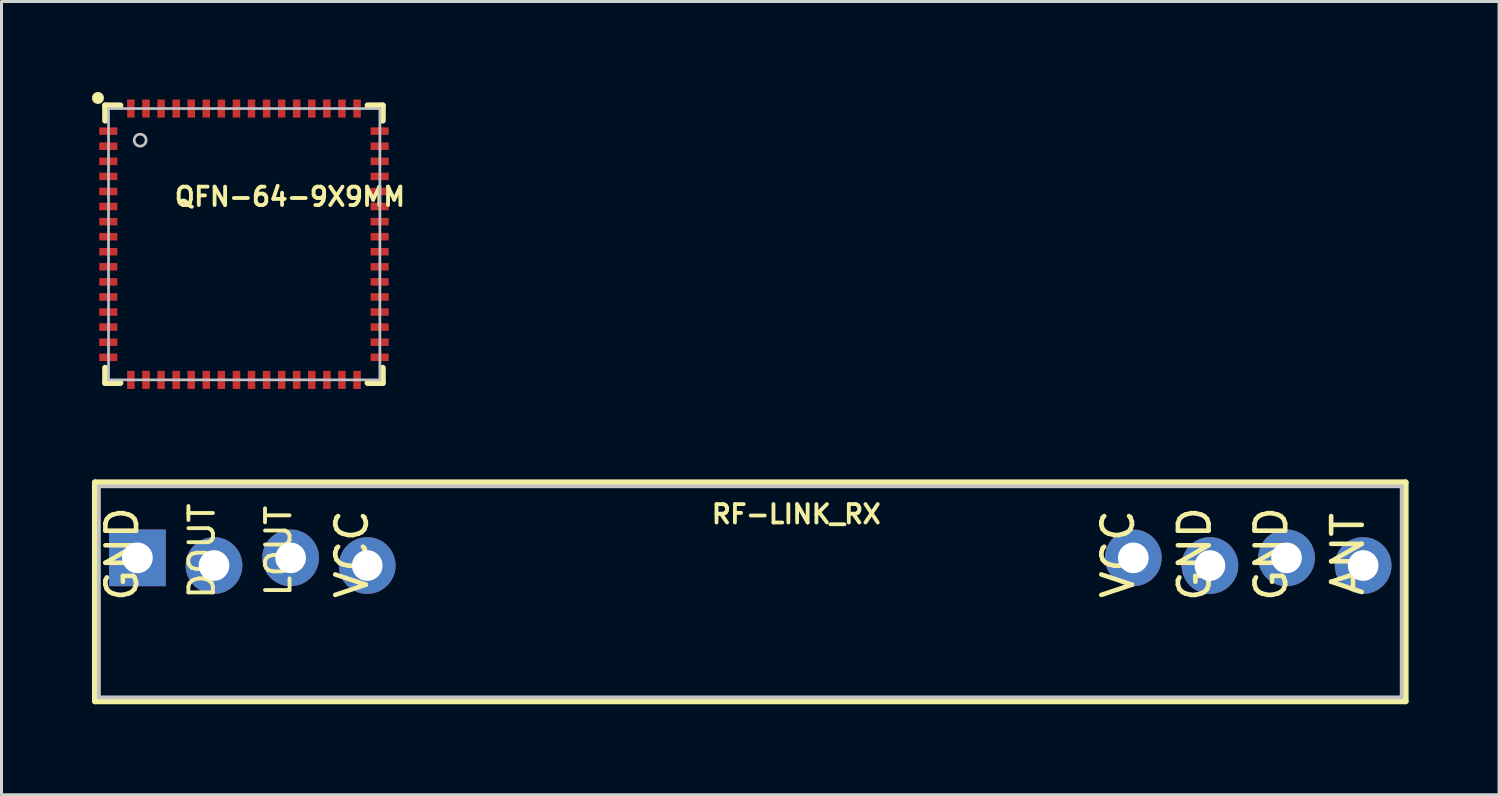
<source format=kicad_pcb>
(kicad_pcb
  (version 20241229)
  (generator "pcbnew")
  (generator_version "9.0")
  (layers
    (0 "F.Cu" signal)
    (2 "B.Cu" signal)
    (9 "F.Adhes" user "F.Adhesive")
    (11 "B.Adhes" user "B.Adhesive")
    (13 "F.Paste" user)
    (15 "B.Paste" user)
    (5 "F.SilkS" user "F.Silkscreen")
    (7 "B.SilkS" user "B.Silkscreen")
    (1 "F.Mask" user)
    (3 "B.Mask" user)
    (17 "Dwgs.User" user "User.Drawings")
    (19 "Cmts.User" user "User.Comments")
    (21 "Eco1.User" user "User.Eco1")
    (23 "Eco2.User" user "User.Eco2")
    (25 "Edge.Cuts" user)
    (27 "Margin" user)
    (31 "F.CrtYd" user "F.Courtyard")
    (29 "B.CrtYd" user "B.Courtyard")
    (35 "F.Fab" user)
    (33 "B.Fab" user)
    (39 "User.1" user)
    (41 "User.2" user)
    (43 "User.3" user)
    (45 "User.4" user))
  (footprint "RF-LINK_RX"
    (layer "F.Cu")
    (at 21.826 15.573)
    (property "Reference" "RF-LINK_RX" (at 1.524 -1.575 0) (layer "F.SilkS") (effects (font (size 0.61 0.61) (thickness 0.127))))
    (attr exclude_from_pos_files exclude_from_bom)
    (fp_line (start -21.725 -2.626) (end -21.725 4.625) (stroke (width 0.203) (type solid)) (layer "F.SilkS"))
    (fp_line (start -21.725 4.625) (end 21.725 4.625) (stroke (width 0.203) (type solid)) (layer "F.SilkS"))
    (fp_line (start 21.725 -2.626) (end -21.725 -2.626) (stroke (width 0.203) (type solid)) (layer "F.SilkS"))
    (fp_line (start 21.725 4.625) (end 21.725 -2.626) (stroke (width 0.203) (type solid)) (layer "F.SilkS"))
    (fp_line (start -21.598 -2.499) (end -21.598 4.498) (stroke (width 0.127) (type solid)) (layer "Dwgs.User"))
    (fp_line (start -21.598 4.498) (end 21.598 4.498) (stroke (width 0.127) (type solid)) (layer "Dwgs.User"))
    (fp_line (start -20.574 -0.254) (end -20.066 -0.254) (stroke (width 0.066) (type solid)) (layer "Dwgs.User"))
    (fp_line (start -20.574 0.254) (end -20.574 -0.254) (stroke (width 0.066) (type solid)) (layer "Dwgs.User"))
    (fp_line (start -20.574 0.254) (end -20.066 0.254) (stroke (width 0.066) (type solid)) (layer "Dwgs.User"))
    (fp_line (start -20.066 0.254) (end -20.066 -0.254) (stroke (width 0.066) (type solid)) (layer "Dwgs.User"))
    (fp_line (start -18.034 -0.254) (end -17.523 -0.254) (stroke (width 0.066) (type solid)) (layer "Dwgs.User"))
    (fp_line (start -18.034 0.254) (end -18.034 -0.254) (stroke (width 0.066) (type solid)) (layer "Dwgs.User"))
    (fp_line (start -18.034 0.254) (end -17.523 0.254) (stroke (width 0.066) (type solid)) (layer "Dwgs.User"))
    (fp_line (start -17.523 0.254) (end -17.523 -0.254) (stroke (width 0.066) (type solid)) (layer "Dwgs.User"))
    (fp_line (start -15.494 -0.254) (end -14.986 -0.254) (stroke (width 0.066) (type solid)) (layer "Dwgs.User"))
    (fp_line (start -15.494 0.254) (end -15.494 -0.254) (stroke (width 0.066) (type solid)) (layer "Dwgs.User"))
    (fp_line (start -15.494 0.254) (end -14.986 0.254) (stroke (width 0.066) (type solid)) (layer "Dwgs.User"))
    (fp_line (start -14.986 0.254) (end -14.986 -0.254) (stroke (width 0.066) (type solid)) (layer "Dwgs.User"))
    (fp_line (start -12.954 -0.254) (end -12.446 -0.254) (stroke (width 0.066) (type solid)) (layer "Dwgs.User"))
    (fp_line (start -12.954 0.254) (end -12.954 -0.254) (stroke (width 0.066) (type solid)) (layer "Dwgs.User"))
    (fp_line (start -12.954 0.254) (end -12.446 0.254) (stroke (width 0.066) (type solid)) (layer "Dwgs.User"))
    (fp_line (start -12.446 0.254) (end -12.446 -0.254) (stroke (width 0.066) (type solid)) (layer "Dwgs.User"))
    (fp_line (start 12.446 -0.254) (end 12.954 -0.254) (stroke (width 0.066) (type solid)) (layer "Dwgs.User"))
    (fp_line (start 12.446 0.254) (end 12.446 -0.254) (stroke (width 0.066) (type solid)) (layer "Dwgs.User"))
    (fp_line (start 12.446 0.254) (end 12.954 0.254) (stroke (width 0.066) (type solid)) (layer "Dwgs.User"))
    (fp_line (start 12.954 0.254) (end 12.954 -0.254) (stroke (width 0.066) (type solid)) (layer "Dwgs.User"))
    (fp_line (start 14.986 -0.254) (end 15.494 -0.254) (stroke (width 0.066) (type solid)) (layer "Dwgs.User"))
    (fp_line (start 14.986 0.254) (end 14.986 -0.254) (stroke (width 0.066) (type solid)) (layer "Dwgs.User"))
    (fp_line (start 14.986 0.254) (end 15.494 0.254) (stroke (width 0.066) (type solid)) (layer "Dwgs.User"))
    (fp_line (start 15.494 0.254) (end 15.494 -0.254) (stroke (width 0.066) (type solid)) (layer "Dwgs.User"))
    (fp_line (start 17.523 -0.254) (end 18.034 -0.254) (stroke (width 0.066) (type solid)) (layer "Dwgs.User"))
    (fp_line (start 17.523 0.254) (end 17.523 -0.254) (stroke (width 0.066) (type solid)) (layer "Dwgs.User"))
    (fp_line (start 17.523 0.254) (end 18.034 0.254) (stroke (width 0.066) (type solid)) (layer "Dwgs.User"))
    (fp_line (start 18.034 0.254) (end 18.034 -0.254) (stroke (width 0.066) (type solid)) (layer "Dwgs.User"))
    (fp_line (start 20.066 -0.254) (end 20.574 -0.254) (stroke (width 0.066) (type solid)) (layer "Dwgs.User"))
    (fp_line (start 20.066 0.254) (end 20.066 -0.254) (stroke (width 0.066) (type solid)) (layer "Dwgs.User"))
    (fp_line (start 20.066 0.254) (end 20.574 0.254) (stroke (width 0.066) (type solid)) (layer "Dwgs.User"))
    (fp_line (start 20.574 0.254) (end 20.574 -0.254) (stroke (width 0.066) (type solid)) (layer "Dwgs.User"))
    (fp_line (start 21.598 -2.499) (end -21.598 -2.499) (stroke (width 0.127) (type solid)) (layer "Dwgs.User"))
    (fp_line (start 21.598 4.498) (end 21.598 -2.499) (stroke (width 0.127) (type solid)) (layer "Dwgs.User"))
    (fp_text user "VCC" (at 12.192 -0.254 90) (layer "F.SilkS") (effects (font (size 1.016 1.016) (thickness 0.152))))
    (fp_text user "LOUT" (at -15.646 -0.356 90) (layer "F.SilkS") (effects (font (size 0.813 0.813) (thickness 0.127))))
    (fp_text user "GND" (at 17.272 -0.254 90) (layer "F.SilkS") (effects (font (size 1.016 1.016) (thickness 0.152))))
    (fp_text user "GND" (at -20.828 -0.254 90) (layer "F.SilkS") (effects (font (size 1.016 1.016) (thickness 0.152))))
    (fp_text user "DOUT" (at -18.186 -0.356 90) (layer "F.SilkS") (effects (font (size 0.813 0.813) (thickness 0.127))))
    (fp_text user "ANT" (at 19.812 -0.254 90) (layer "F.SilkS") (effects (font (size 1.016 1.016) (thickness 0.152))))
    (fp_text user "GND" (at 14.732 -0.254 90) (layer "F.SilkS") (effects (font (size 1.016 1.016) (thickness 0.152))))
    (fp_text user "VCC" (at -13.208 -0.254 90) (layer "F.SilkS") (effects (font (size 1.016 1.016) (thickness 0.152))))
    (pad "+5V@" thru_hole circle (at -12.7 0.127) (size 1.88 1.88) (drill 1.016) (layers "*.Cu" "*.Paste" "*.Mask"))
    (pad "+5V@" thru_hole circle (at 12.7 -0.127) (size 1.88 1.88) (drill 1.016) (layers "*.Cu" "*.Paste" "*.Mask"))
    (pad "ANT" thru_hole circle (at 20.32 0.127) (size 1.88 1.88) (drill 1.016) (layers "*.Cu" "*.Paste" "*.Mask"))
    (pad "DATA" thru_hole circle (at -17.78 0.127) (size 1.88 1.88) (drill 1.016) (layers "*.Cu" "*.Paste" "*.Mask"))
    (pad "DATA" thru_hole circle (at -15.24 -0.127) (size 1.88 1.88) (drill 1.016) (layers "*.Cu" "*.Paste" "*.Mask"))
    (pad "GND@" thru_hole rect (at -20.32 -0.127) (size 1.88 1.88) (drill 1.016) (layers "*.Cu" "*.Paste" "*.Mask"))
    (pad "GND@" thru_hole circle (at 15.24 0.127) (size 1.88 1.88) (drill 1.016) (layers "*.Cu" "*.Paste" "*.Mask"))
    (pad "GND@" thru_hole circle (at 17.78 -0.127) (size 1.88 1.88) (drill 1.016) (layers "*.Cu" "*.Paste" "*.Mask")))
  (footprint "QFN-64-9X9MM"
    (layer "F.Cu")
    (at 5.039 5.047)
    (property "Reference" "QFN-64-9X9MM" (at 1.524 -1.575 0) (layer "F.SilkS") (effects (font (size 0.61 0.61) (thickness 0.127))))
    (attr smd)
    (fp_line (start -4.6 -4.6) (end -4.6 -4.1) (stroke (width 0.203) (type solid)) (layer "F.SilkS"))
    (fp_line (start -4.6 -4.6) (end -4.1 -4.6) (stroke (width 0.203) (type solid)) (layer "F.SilkS"))
    (fp_line (start -4.6 4.6) (end -4.6 4.1) (stroke (width 0.203) (type solid)) (layer "F.SilkS"))
    (fp_line (start -4.6 4.6) (end -4.1 4.6) (stroke (width 0.203) (type solid)) (layer "F.SilkS"))
    (fp_line (start 4.6 -4.6) (end 4.1 -4.6) (stroke (width 0.203) (type solid)) (layer "F.SilkS"))
    (fp_line (start 4.6 -4.6) (end 4.6 -4.1) (stroke (width 0.203) (type solid)) (layer "F.SilkS"))
    (fp_line (start 4.6 4.6) (end 4.1 4.6) (stroke (width 0.203) (type solid)) (layer "F.SilkS"))
    (fp_line (start 4.6 4.6) (end 4.6 4.1) (stroke (width 0.203) (type solid)) (layer "F.SilkS"))
    (fp_circle (center -4.841 -4.849) (end -4.841 -5.047) (stroke (width 0) (type solid)) (fill yes) (layer "F.SilkS"))
    (fp_line (start -4.491 -4.498) (end -4.491 4.498) (stroke (width 0.089) (type solid)) (layer "Dwgs.User"))
    (fp_line (start -4.491 4.498) (end 4.506 4.498) (stroke (width 0.089) (type solid)) (layer "Dwgs.User"))
    (fp_line (start 4.506 -4.498) (end -4.491 -4.498) (stroke (width 0.089) (type solid)) (layer "Dwgs.User"))
    (fp_line (start 4.506 4.498) (end 4.506 -4.498) (stroke (width 0.089) (type solid)) (layer "Dwgs.User"))
    (fp_circle (center -3.442 -3.449) (end -3.442 -3.647) (stroke (width 0.089) (type solid)) (fill no) (layer "Dwgs.User"))
    (pad "1" smd rect (at -4.498 -3.749 270) (size 0.249 0.599) (layers "F.Cu" "F.Mask" "F.Paste"))
    (pad "2" smd rect (at -4.498 -3.249 270) (size 0.249 0.599) (layers "F.Cu" "F.Mask" "F.Paste"))
    (pad "3" smd rect (at -4.498 -2.748 270) (size 0.249 0.599) (layers "F.Cu" "F.Mask" "F.Paste"))
    (pad "4" smd rect (at -4.498 -2.248 270) (size 0.249 0.599) (layers "F.Cu" "F.Mask" "F.Paste"))
    (pad "5" smd rect (at -4.498 -1.748 270) (size 0.249 0.599) (layers "F.Cu" "F.Mask" "F.Paste"))
    (pad "6" smd rect (at -4.498 -1.25 270) (size 0.249 0.599) (layers "F.Cu" "F.Mask" "F.Paste"))
    (pad "7" smd rect (at -4.498 -0.749 270) (size 0.249 0.599) (layers "F.Cu" "F.Mask" "F.Paste"))
    (pad "8" smd rect (at -4.498 -0.249 270) (size 0.249 0.599) (layers "F.Cu" "F.Mask" "F.Paste"))
    (pad "9" smd rect (at -4.498 0.249 270) (size 0.249 0.599) (layers "F.Cu" "F.Mask" "F.Paste"))
    (pad "10" smd rect (at -4.498 0.749 270) (size 0.249 0.599) (layers "F.Cu" "F.Mask" "F.Paste"))
    (pad "11" smd rect (at -4.498 1.25 270) (size 0.249 0.599) (layers "F.Cu" "F.Mask" "F.Paste"))
    (pad "12" smd rect (at -4.498 1.748 270) (size 0.249 0.599) (layers "F.Cu" "F.Mask" "F.Paste"))
    (pad "13" smd rect (at -4.498 2.248 270) (size 0.249 0.599) (layers "F.Cu" "F.Mask" "F.Paste"))
    (pad "14" smd rect (at -4.498 2.748 270) (size 0.249 0.599) (layers "F.Cu" "F.Mask" "F.Paste"))
    (pad "15" smd rect (at -4.498 3.249 90) (size 0.249 0.599) (layers "F.Cu" "F.Mask" "F.Paste"))
    (pad "16" smd rect (at -4.498 3.749 90) (size 0.249 0.599) (layers "F.Cu" "F.Mask" "F.Paste"))
    (pad "17" smd rect (at -3.749 4.498 180) (size 0.249 0.599) (layers "F.Cu" "F.Mask" "F.Paste"))
    (pad "18" smd rect (at -3.249 4.498 180) (size 0.249 0.599) (layers "F.Cu" "F.Mask" "F.Paste"))
    (pad "19" smd rect (at -2.748 4.498 180) (size 0.249 0.599) (layers "F.Cu" "F.Mask" "F.Paste"))
    (pad "20" smd rect (at -2.248 4.498 180) (size 0.249 0.599) (layers "F.Cu" "F.Mask" "F.Paste"))
    (pad "21" smd rect (at -1.748 4.498 180) (size 0.249 0.599) (layers "F.Cu" "F.Mask" "F.Paste"))
    (pad "22" smd rect (at -1.25 4.498 180) (size 0.249 0.599) (layers "F.Cu" "F.Mask" "F.Paste"))
    (pad "23" smd rect (at -0.749 4.498 180) (size 0.249 0.599) (layers "F.Cu" "F.Mask" "F.Paste"))
    (pad "24" smd rect (at -0.249 4.498 180) (size 0.249 0.599) (layers "F.Cu" "F.Mask" "F.Paste"))
    (pad "25" smd rect (at 0.249 4.498 180) (size 0.249 0.599) (layers "F.Cu" "F.Mask" "F.Paste"))
    (pad "26" smd rect (at 0.749 4.498 180) (size 0.249 0.599) (layers "F.Cu" "F.Mask" "F.Paste"))
    (pad "27" smd rect (at 1.25 4.498 180) (size 0.249 0.599) (layers "F.Cu" "F.Mask" "F.Paste"))
    (pad "28" smd rect (at 1.748 4.498 180) (size 0.249 0.599) (layers "F.Cu" "F.Mask" "F.Paste"))
    (pad "29" smd rect (at 2.248 4.498) (size 0.249 0.599) (layers "F.Cu" "F.Mask" "F.Paste"))
    (pad "30" smd rect (at 2.748 4.498) (size 0.249 0.599) (layers "F.Cu" "F.Mask" "F.Paste"))
    (pad "31" smd rect (at 3.249 4.498) (size 0.249 0.599) (layers "F.Cu" "F.Mask" "F.Paste"))
    (pad "32" smd rect (at 3.749 4.498) (size 0.249 0.599) (layers "F.Cu" "F.Mask" "F.Paste"))
    (pad "33" smd rect (at 4.498 3.749 90) (size 0.249 0.599) (layers "F.Cu" "F.Mask" "F.Paste"))
    (pad "34" smd rect (at 4.498 3.249 90) (size 0.249 0.599) (layers "F.Cu" "F.Mask" "F.Paste"))
    (pad "35" smd rect (at 4.498 2.748 90) (size 0.249 0.599) (layers "F.Cu" "F.Mask" "F.Paste"))
    (pad "36" smd rect (at 4.498 2.248 90) (size 0.249 0.599) (layers "F.Cu" "F.Mask" "F.Paste"))
    (pad "37" smd rect (at 4.498 1.748 90) (size 0.249 0.599) (layers "F.Cu" "F.Mask" "F.Paste"))
    (pad "38" smd rect (at 4.498 1.25 90) (size 0.249 0.599) (layers "F.Cu" "F.Mask" "F.Paste"))
    (pad "39" smd rect (at 4.498 0.749 90) (size 0.249 0.599) (layers "F.Cu" "F.Mask" "F.Paste"))
    (pad "40" smd rect (at 4.498 0.249 90) (size 0.249 0.599) (layers "F.Cu" "F.Mask" "F.Paste"))
    (pad "41" smd rect (at 4.498 -0.249 90) (size 0.249 0.599) (layers "F.Cu" "F.Mask" "F.Paste"))
    (pad "42" smd rect (at 4.498 -0.749 90) (size 0.249 0.599) (layers "F.Cu" "F.Mask" "F.Paste"))
    (pad "43" smd rect (at 4.498 -1.25 90) (size 0.249 0.599) (layers "F.Cu" "F.Mask" "F.Paste"))
    (pad "44" smd rect (at 4.498 -1.748 90) (size 0.249 0.599) (layers "F.Cu" "F.Mask" "F.Paste"))
    (pad "45" smd rect (at 4.498 -2.248 90) (size 0.249 0.599) (layers "F.Cu" "F.Mask" "F.Paste"))
    (pad "46" smd rect (at 4.498 -2.748 90) (size 0.249 0.599) (layers "F.Cu" "F.Mask" "F.Paste"))
    (pad "47" smd rect (at 4.498 -3.249 90) (size 0.249 0.599) (layers "F.Cu" "F.Mask" "F.Paste"))
    (pad "48" smd rect (at 4.498 -3.749 90) (size 0.249 0.599) (layers "F.Cu" "F.Mask" "F.Paste"))
    (pad "49" smd rect (at 3.749 -4.498) (size 0.249 0.599) (layers "F.Cu" "F.Mask" "F.Paste"))
    (pad "50" smd rect (at 3.249 -4.498) (size 0.249 0.599) (layers "F.Cu" "F.Mask" "F.Paste"))
    (pad "51" smd rect (at 2.748 -4.498) (size 0.249 0.599) (layers "F.Cu" "F.Mask" "F.Paste"))
    (pad "52" smd rect (at 2.248 -4.498) (size 0.249 0.599) (layers "F.Cu" "F.Mask" "F.Paste"))
    (pad "53" smd rect (at 1.748 -4.498) (size 0.249 0.599) (layers "F.Cu" "F.Mask" "F.Paste"))
    (pad "54" smd rect (at 1.25 -4.498) (size 0.249 0.599) (layers "F.Cu" "F.Mask" "F.Paste"))
    (pad "55" smd rect (at 0.749 -4.498) (size 0.249 0.599) (layers "F.Cu" "F.Mask" "F.Paste"))
    (pad "56" smd rect (at 0.249 -4.498) (size 0.249 0.599) (layers "F.Cu" "F.Mask" "F.Paste"))
    (pad "57" smd rect (at -0.249 -4.498) (size 0.249 0.599) (layers "F.Cu" "F.Mask" "F.Paste"))
    (pad "58" smd rect (at -0.749 -4.498) (size 0.249 0.599) (layers "F.Cu" "F.Mask" "F.Paste"))
    (pad "59" smd rect (at -1.25 -4.498) (size 0.249 0.599) (layers "F.Cu" "F.Mask" "F.Paste"))
    (pad "60" smd rect (at -1.748 -4.498) (size 0.249 0.599) (layers "F.Cu" "F.Mask" "F.Paste"))
    (pad "61" smd rect (at -2.248 -4.498) (size 0.249 0.599) (layers "F.Cu" "F.Mask" "F.Paste"))
    (pad "62" smd rect (at -2.748 -4.498) (size 0.249 0.599) (layers "F.Cu" "F.Mask" "F.Paste"))
    (pad "63" smd rect (at -3.249 -4.498) (size 0.249 0.599) (layers "F.Cu" "F.Mask" "F.Paste"))
    (pad "64" smd rect (at -3.749 -4.498) (size 0.249 0.599) (layers "F.Cu" "F.Mask" "F.Paste")))
  (gr_rect
    (start -3 -3)
    (end 46.652 23.3)
    (stroke (width 0.1) (type default))
    (fill no)
    (layer "Edge.Cuts")))
</source>
